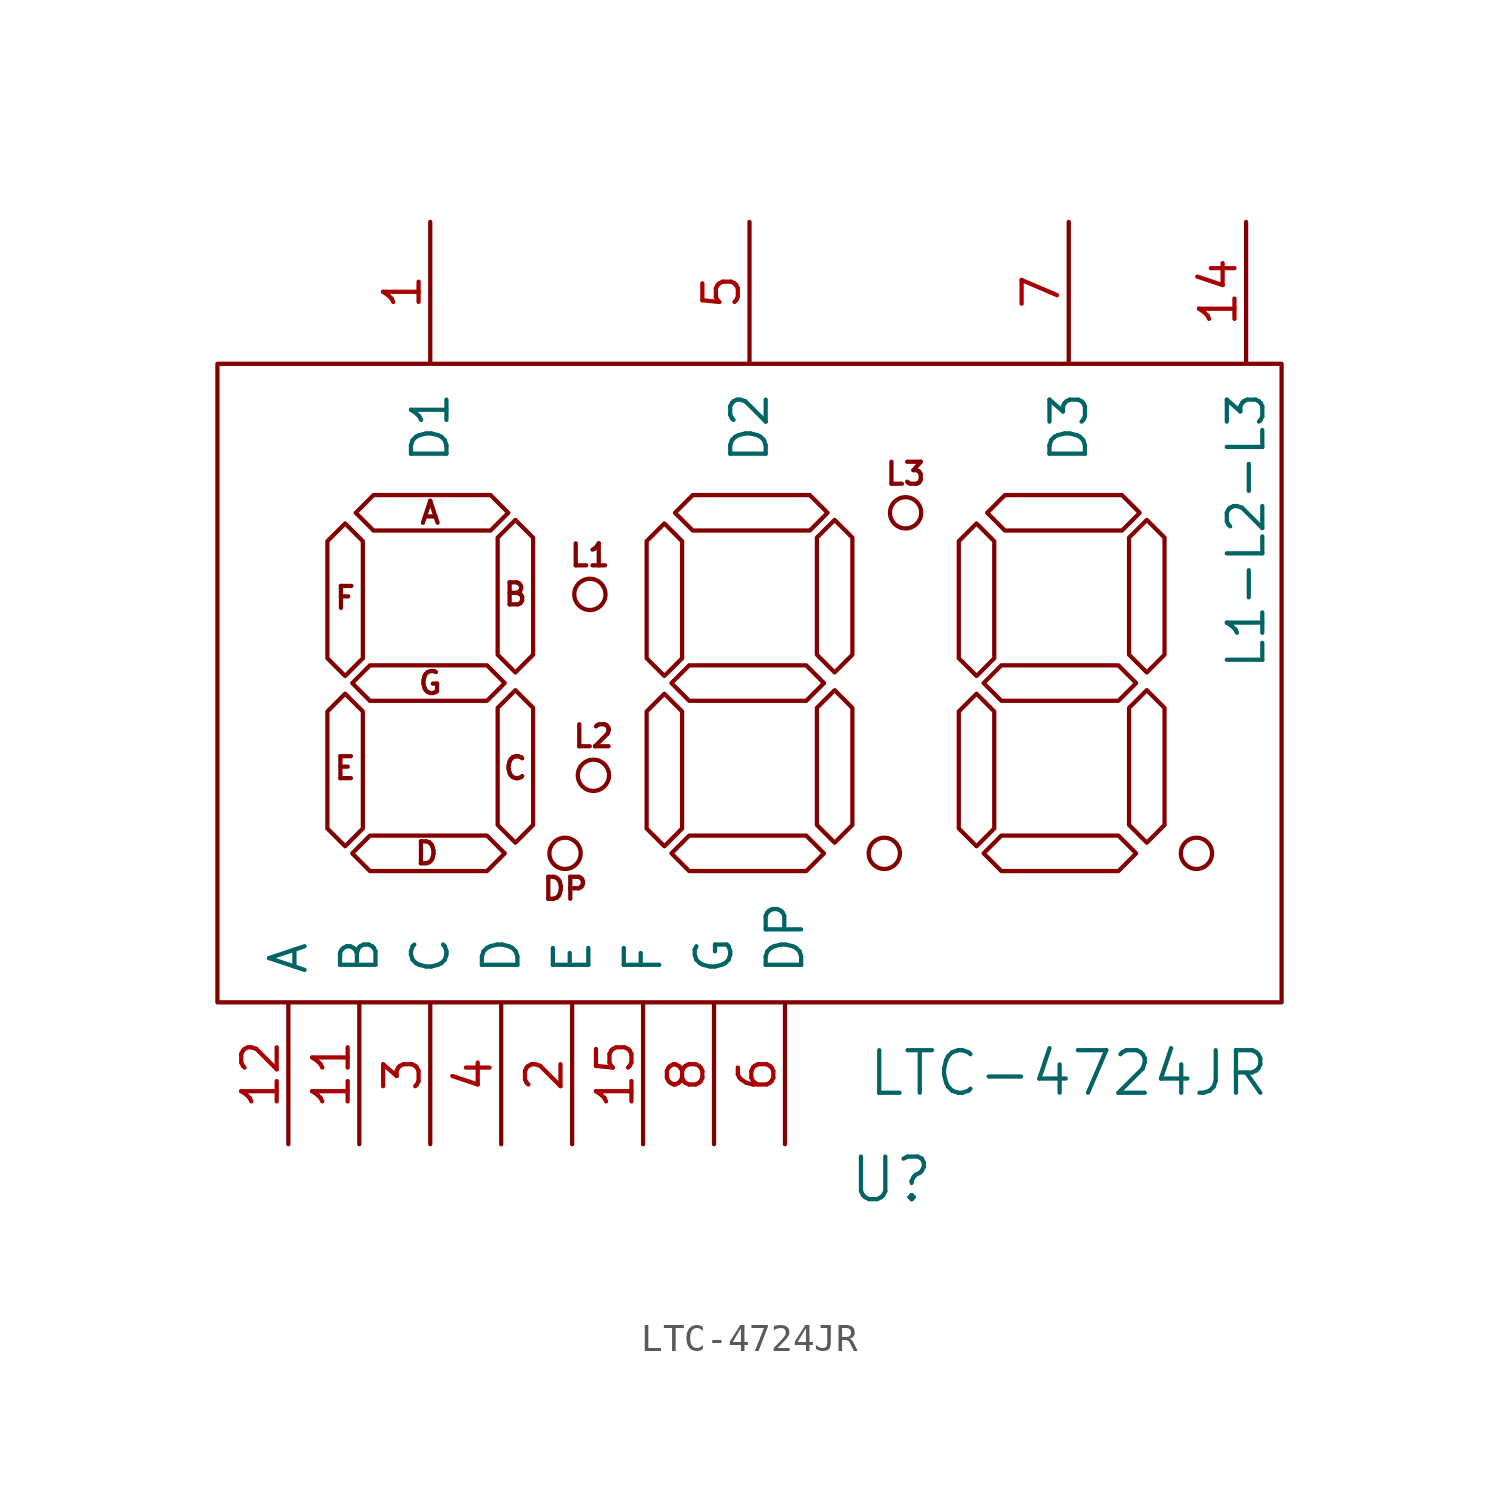
<source format=kicad_sym>
(kicad_symbol_lib
  (version 20211014)
  (generator kicad_symbol_editor)
  (symbol "LTC-4724JR"
    (pin_names
      (offset 1.016))
    (property "Reference" "U"
      (at 5.08 -17.78 0)
      (effects (font (size 1.524 1.524))))
    (property "Value" "LTC-4724JR"
      (at 11.43 -13.97 0)
      (effects (font (size 1.524 1.524))))
    (symbol "LTC-4724JR_0_1"
      (rectangle (start -19.05 11.43) (end 19.05 -11.43) (stroke (width 0) (type default) (color 0 0 0 0)) (fill (type none)))
      (circle (center -6.604 -6.096) (radius 0.559) (stroke (width 0) (type default) (color 0 0 0 0)) (fill (type none))))
    (symbol "LTC-4724JR_1_1"
      (circle (center -5.715 3.175) (radius 0.559) (stroke (width 0) (type default) (color 0 0 0 0)) (fill (type none)))
      (circle (center -5.588 -3.302) (radius 0.559) (stroke (width 0) (type default) (color 0 0 0 0)) (fill (type none)))
      (polyline (pts (xy -15.113 -5.207) (xy -14.478 -5.842) (xy -13.843 -5.207) (xy -13.843 -1.016) (xy -14.478 -0.381) (xy -15.113 -1.016) (xy -15.113 -5.207)) (stroke (width 0) (type default) (color 0 0 0 0)) (fill (type none)))
      (polyline (pts (xy -15.113 0.889) (xy -14.478 0.254) (xy -13.843 0.889) (xy -13.843 5.08) (xy -14.478 5.715) (xy -15.113 5.08) (xy -15.113 0.889)) (stroke (width 0) (type default) (color 0 0 0 0)) (fill (type none)))
      (polyline (pts (xy -13.589 -5.461) (xy -14.224 -6.096) (xy -13.589 -6.731) (xy -9.398 -6.731) (xy -8.763 -6.096) (xy -9.398 -5.461) (xy -13.589 -5.461)) (stroke (width 0) (type default) (color 0 0 0 0)) (fill (type none)))
      (polyline (pts (xy -13.589 0.635) (xy -14.224 0) (xy -13.589 -0.635) (xy -9.398 -0.635) (xy -8.763 0) (xy -9.398 0.635) (xy -13.589 0.635)) (stroke (width 0) (type default) (color 0 0 0 0)) (fill (type none)))
      (polyline (pts (xy -9.271 5.461) (xy -8.636 6.096) (xy -9.271 6.731) (xy -13.462 6.731) (xy -14.097 6.096) (xy -13.462 5.461) (xy -9.271 5.461)) (stroke (width 0) (type default) (color 0 0 0 0)) (fill (type none)))
      (polyline (pts (xy -7.747 -0.889) (xy -8.382 -0.254) (xy -9.017 -0.889) (xy -9.017 -5.08) (xy -8.382 -5.715) (xy -7.747 -5.08) (xy -7.747 -0.889)) (stroke (width 0) (type default) (color 0 0 0 0)) (fill (type none)))
      (polyline (pts (xy -7.747 5.207) (xy -8.382 5.842) (xy -9.017 5.207) (xy -9.017 1.016) (xy -8.382 0.381) (xy -7.747 1.016) (xy -7.747 5.207)) (stroke (width 0) (type default) (color 0 0 0 0)) (fill (type none)))
      (polyline (pts (xy -3.683 -5.207) (xy -3.048 -5.842) (xy -2.413 -5.207) (xy -2.413 -1.016) (xy -3.048 -0.381) (xy -3.683 -1.016) (xy -3.683 -5.207)) (stroke (width 0) (type default) (color 0 0 0 0)) (fill (type none)))
      (polyline (pts (xy -3.683 0.889) (xy -3.048 0.254) (xy -2.413 0.889) (xy -2.413 5.08) (xy -3.048 5.715) (xy -3.683 5.08) (xy -3.683 0.889)) (stroke (width 0) (type default) (color 0 0 0 0)) (fill (type none)))
      (polyline (pts (xy -2.159 -5.461) (xy -2.794 -6.096) (xy -2.159 -6.731) (xy 2.032 -6.731) (xy 2.667 -6.096) (xy 2.032 -5.461) (xy -2.159 -5.461)) (stroke (width 0) (type default) (color 0 0 0 0)) (fill (type none)))
      (polyline (pts (xy -2.159 0.635) (xy -2.794 0) (xy -2.159 -0.635) (xy 2.032 -0.635) (xy 2.667 0) (xy 2.032 0.635) (xy -2.159 0.635)) (stroke (width 0) (type default) (color 0 0 0 0)) (fill (type none)))
      (polyline (pts (xy 2.159 5.461) (xy 2.794 6.096) (xy 2.159 6.731) (xy -2.032 6.731) (xy -2.667 6.096) (xy -2.032 5.461) (xy 2.159 5.461)) (stroke (width 0) (type default) (color 0 0 0 0)) (fill (type none)))
      (polyline (pts (xy 3.683 -0.889) (xy 3.048 -0.254) (xy 2.413 -0.889) (xy 2.413 -5.08) (xy 3.048 -5.715) (xy 3.683 -5.08) (xy 3.683 -0.889)) (stroke (width 0) (type default) (color 0 0 0 0)) (fill (type none)))
      (polyline (pts (xy 3.683 5.207) (xy 3.048 5.842) (xy 2.413 5.207) (xy 2.413 1.016) (xy 3.048 0.381) (xy 3.683 1.016) (xy 3.683 5.207)) (stroke (width 0) (type default) (color 0 0 0 0)) (fill (type none)))
      (polyline (pts (xy 7.493 -5.207) (xy 8.128 -5.842) (xy 8.763 -5.207) (xy 8.763 -1.016) (xy 8.128 -0.381) (xy 7.493 -1.016) (xy 7.493 -5.207)) (stroke (width 0) (type default) (color 0 0 0 0)) (fill (type none)))
      (polyline (pts (xy 7.493 0.889) (xy 8.128 0.254) (xy 8.763 0.889) (xy 8.763 5.08) (xy 8.128 5.715) (xy 7.493 5.08) (xy 7.493 0.889)) (stroke (width 0) (type default) (color 0 0 0 0)) (fill (type none)))
      (polyline (pts (xy 9.017 -5.461) (xy 8.382 -6.096) (xy 9.017 -6.731) (xy 13.208 -6.731) (xy 13.843 -6.096) (xy 13.208 -5.461) (xy 9.017 -5.461)) (stroke (width 0) (type default) (color 0 0 0 0)) (fill (type none)))
      (polyline (pts (xy 9.017 0.635) (xy 8.382 0) (xy 9.017 -0.635) (xy 13.208 -0.635) (xy 13.843 0) (xy 13.208 0.635) (xy 9.017 0.635)) (stroke (width 0) (type default) (color 0 0 0 0)) (fill (type none)))
      (polyline (pts (xy 13.335 5.461) (xy 13.97 6.096) (xy 13.335 6.731) (xy 9.144 6.731) (xy 8.509 6.096) (xy 9.144 5.461) (xy 13.335 5.461)) (stroke (width 0) (type default) (color 0 0 0 0)) (fill (type none)))
      (polyline (pts (xy 14.859 -0.889) (xy 14.224 -0.254) (xy 13.589 -0.889) (xy 13.589 -5.08) (xy 14.224 -5.715) (xy 14.859 -5.08) (xy 14.859 -0.889)) (stroke (width 0) (type default) (color 0 0 0 0)) (fill (type none)))
      (polyline (pts (xy 14.859 5.207) (xy 14.224 5.842) (xy 13.589 5.207) (xy 13.589 1.016) (xy 14.224 0.381) (xy 14.859 1.016) (xy 14.859 5.207)) (stroke (width 0) (type default) (color 0 0 0 0)) (fill (type none)))
      (circle (center 4.826 -6.096) (radius 0.559) (stroke (width 0) (type default) (color 0 0 0 0)) (fill (type none)))
      (circle (center 5.588 6.096) (radius 0.559) (stroke (width 0) (type default) (color 0 0 0 0)) (fill (type none)))
      (circle (center 16.002 -6.096) (radius 0.559) (stroke (width 0) (type default) (color 0 0 0 0)) (fill (type none)))
      (text "A" (at -11.43 6.096 0) (effects (font (size 0.787 0.787))))
      (text "B" (at -8.382 3.175 0) (effects (font (size 0.787 0.787))))
      (text "C" (at -8.382 -3.048 0) (effects (font (size 0.787 0.787))))
      (text "D" (at -11.557 -6.096 0) (effects (font (size 0.787 0.787))))
      (text "DP" (at -6.604 -7.366 0) (effects (font (size 0.787 0.787))))
      (text "E" (at -14.478 -3.048 0) (effects (font (size 0.787 0.787))))
      (text "F" (at -14.478 3.048 0) (effects (font (size 0.787 0.787))))
      (text "G" (at -11.43 0 0) (effects (font (size 0.787 0.787))))
      (text "L1" (at -5.715 4.572 0) (effects (font (size 0.787 0.787))))
      (text "L2" (at -5.588 -1.905 0) (effects (font (size 0.787 0.787))))
      (text "L3" (at 5.588 7.493 0) (effects (font (size 0.787 0.787))))
      (pin input line (at -11.43 16.51 270) (length 5.004) (name "D1" (effects (font (size 1.27 1.27)))) (number "1" (effects (font (size 1.27 1.27)))))
      (pin input line (at -13.97 -16.51 90) (length 5.004) (name "B" (effects (font (size 1.27 1.27)))) (number "11" (effects (font (size 1.27 1.27)))))
      (pin input line (at -16.51 -16.51 90) (length 5.004) (name "A" (effects (font (size 1.27 1.27)))) (number "12" (effects (font (size 1.27 1.27)))))
      (pin input line (at 17.78 16.51 270) (length 5.004) (name "L1-L2-L3" (effects (font (size 1.27 1.27)))) (number "14" (effects (font (size 1.27 1.27)))))
      (pin input line (at -3.81 -16.51 90) (length 5.004) (name "F" (effects (font (size 1.27 1.27)))) (number "15" (effects (font (size 1.27 1.27)))))
      (pin input line (at -6.35 -16.51 90) (length 5.004) (name "E" (effects (font (size 1.27 1.27)))) (number "2" (effects (font (size 1.27 1.27)))))
      (pin input line (at -11.43 -16.51 90) (length 5.004) (name "C" (effects (font (size 1.27 1.27)))) (number "3" (effects (font (size 1.27 1.27)))))
      (pin input line (at -8.89 -16.51 90) (length 5.004) (name "D" (effects (font (size 1.27 1.27)))) (number "4" (effects (font (size 1.27 1.27)))))
      (pin input line (at 0 16.51 270) (length 5.004) (name "D2" (effects (font (size 1.27 1.27)))) (number "5" (effects (font (size 1.27 1.27)))))
      (pin input line (at 1.27 -16.51 90) (length 5.004) (name "DP" (effects (font (size 1.27 1.27)))) (number "6" (effects (font (size 1.27 1.27)))))
      (pin input line (at 11.43 16.51 270) (length 5.004) (name "D3" (effects (font (size 1.27 1.27)))) (number "7" (effects (font (size 1.27 1.27)))))
      (pin input line (at -1.27 -16.51 90) (length 5.004) (name "G" (effects (font (size 1.27 1.27)))) (number "8" (effects (font (size 1.27 1.27))))))))
</source>
